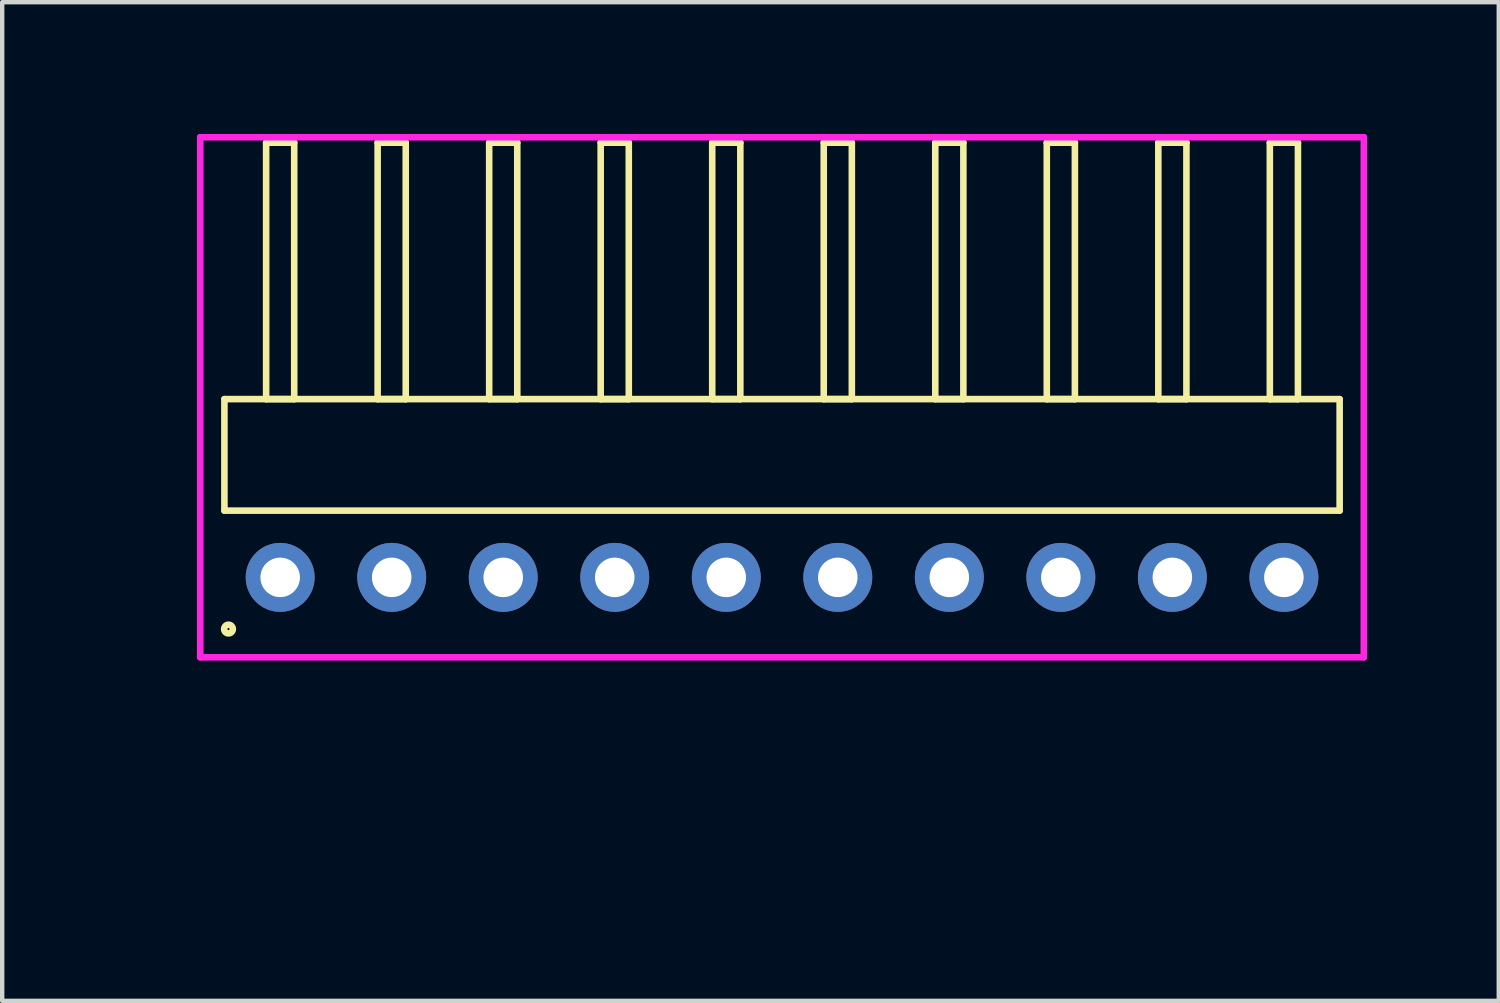
<source format=kicad_pcb>
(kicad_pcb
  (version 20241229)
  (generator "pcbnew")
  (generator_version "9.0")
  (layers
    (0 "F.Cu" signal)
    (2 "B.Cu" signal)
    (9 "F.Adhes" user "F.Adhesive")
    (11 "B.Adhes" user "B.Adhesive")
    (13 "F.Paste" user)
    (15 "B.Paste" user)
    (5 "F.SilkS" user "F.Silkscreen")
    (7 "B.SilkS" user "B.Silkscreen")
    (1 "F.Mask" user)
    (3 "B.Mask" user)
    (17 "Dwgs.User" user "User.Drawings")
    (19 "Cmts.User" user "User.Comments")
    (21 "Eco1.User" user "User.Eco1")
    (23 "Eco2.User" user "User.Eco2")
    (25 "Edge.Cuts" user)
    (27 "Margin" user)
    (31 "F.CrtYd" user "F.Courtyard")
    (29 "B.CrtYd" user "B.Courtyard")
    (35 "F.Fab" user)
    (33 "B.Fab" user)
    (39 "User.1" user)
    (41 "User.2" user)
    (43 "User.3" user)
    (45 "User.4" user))
  (footprint "HDR_RA254P10x1"
    (layer "F.Cu")
    (at 14.761 10.1)
    (property "Reference" "HDR_RA254P10x1" (at -14 0 90) (layer "User.1") (effects (font (size 1 1) (thickness 0.1))))
    (attr through_hole)
    (fp_line (start -12.7 -4.06) (end -12.7 -1.52) (stroke (width 0.15) (type solid)) (layer "F.SilkS"))
    (fp_line (start -12.7 -1.52) (end 12.7 -1.52) (stroke (width 0.15) (type solid)) (layer "F.SilkS"))
    (fp_line (start -11.75 -9.9) (end -11.75 -4.06) (stroke (width 0.15) (type solid)) (layer "F.SilkS"))
    (fp_line (start -11.75 -4.06) (end -11.11 -4.06) (stroke (width 0.15) (type solid)) (layer "F.SilkS"))
    (fp_line (start -11.11 -9.9) (end -11.75 -9.9) (stroke (width 0.15) (type solid)) (layer "F.SilkS"))
    (fp_line (start -11.11 -4.06) (end -11.11 -9.9) (stroke (width 0.15) (type solid)) (layer "F.SilkS"))
    (fp_line (start -9.21 -9.9) (end -9.21 -4.06) (stroke (width 0.15) (type solid)) (layer "F.SilkS"))
    (fp_line (start -9.21 -4.06) (end -8.57 -4.06) (stroke (width 0.15) (type solid)) (layer "F.SilkS"))
    (fp_line (start -8.57 -9.9) (end -9.21 -9.9) (stroke (width 0.15) (type solid)) (layer "F.SilkS"))
    (fp_line (start -8.57 -4.06) (end -8.57 -9.9) (stroke (width 0.15) (type solid)) (layer "F.SilkS"))
    (fp_line (start -6.67 -9.9) (end -6.67 -4.06) (stroke (width 0.15) (type solid)) (layer "F.SilkS"))
    (fp_line (start -6.67 -4.06) (end -6.03 -4.06) (stroke (width 0.15) (type solid)) (layer "F.SilkS"))
    (fp_line (start -6.03 -9.9) (end -6.67 -9.9) (stroke (width 0.15) (type solid)) (layer "F.SilkS"))
    (fp_line (start -6.03 -4.06) (end -6.03 -9.9) (stroke (width 0.15) (type solid)) (layer "F.SilkS"))
    (fp_line (start -4.13 -9.9) (end -4.13 -4.06) (stroke (width 0.15) (type solid)) (layer "F.SilkS"))
    (fp_line (start -4.13 -4.06) (end -3.49 -4.06) (stroke (width 0.15) (type solid)) (layer "F.SilkS"))
    (fp_line (start -3.49 -9.9) (end -4.13 -9.9) (stroke (width 0.15) (type solid)) (layer "F.SilkS"))
    (fp_line (start -3.49 -4.06) (end -3.49 -9.9) (stroke (width 0.15) (type solid)) (layer "F.SilkS"))
    (fp_line (start -1.59 -9.9) (end -1.59 -4.06) (stroke (width 0.15) (type solid)) (layer "F.SilkS"))
    (fp_line (start -1.59 -4.06) (end -0.95 -4.06) (stroke (width 0.15) (type solid)) (layer "F.SilkS"))
    (fp_line (start -0.95 -9.9) (end -1.59 -9.9) (stroke (width 0.15) (type solid)) (layer "F.SilkS"))
    (fp_line (start -0.95 -4.06) (end -0.95 -9.9) (stroke (width 0.15) (type solid)) (layer "F.SilkS"))
    (fp_line (start 0.95 -9.9) (end 0.95 -4.06) (stroke (width 0.15) (type solid)) (layer "F.SilkS"))
    (fp_line (start 0.95 -4.06) (end 1.59 -4.06) (stroke (width 0.15) (type solid)) (layer "F.SilkS"))
    (fp_line (start 1.59 -9.9) (end 0.95 -9.9) (stroke (width 0.15) (type solid)) (layer "F.SilkS"))
    (fp_line (start 1.59 -4.06) (end 1.59 -9.9) (stroke (width 0.15) (type solid)) (layer "F.SilkS"))
    (fp_line (start 3.49 -9.9) (end 3.49 -4.06) (stroke (width 0.15) (type solid)) (layer "F.SilkS"))
    (fp_line (start 3.49 -4.06) (end 4.13 -4.06) (stroke (width 0.15) (type solid)) (layer "F.SilkS"))
    (fp_line (start 4.13 -9.9) (end 3.49 -9.9) (stroke (width 0.15) (type solid)) (layer "F.SilkS"))
    (fp_line (start 4.13 -4.06) (end 4.13 -9.9) (stroke (width 0.15) (type solid)) (layer "F.SilkS"))
    (fp_line (start 6.03 -9.9) (end 6.03 -4.06) (stroke (width 0.15) (type solid)) (layer "F.SilkS"))
    (fp_line (start 6.03 -4.06) (end 6.67 -4.06) (stroke (width 0.15) (type solid)) (layer "F.SilkS"))
    (fp_line (start 6.67 -9.9) (end 6.03 -9.9) (stroke (width 0.15) (type solid)) (layer "F.SilkS"))
    (fp_line (start 6.67 -4.06) (end 6.67 -9.9) (stroke (width 0.15) (type solid)) (layer "F.SilkS"))
    (fp_line (start 8.57 -9.9) (end 8.57 -4.06) (stroke (width 0.15) (type solid)) (layer "F.SilkS"))
    (fp_line (start 8.57 -4.06) (end 9.21 -4.06) (stroke (width 0.15) (type solid)) (layer "F.SilkS"))
    (fp_line (start 9.21 -9.9) (end 8.57 -9.9) (stroke (width 0.15) (type solid)) (layer "F.SilkS"))
    (fp_line (start 9.21 -4.06) (end 9.21 -9.9) (stroke (width 0.15) (type solid)) (layer "F.SilkS"))
    (fp_line (start 11.11 -9.9) (end 11.11 -4.06) (stroke (width 0.15) (type solid)) (layer "F.SilkS"))
    (fp_line (start 11.11 -4.06) (end 11.75 -4.06) (stroke (width 0.15) (type solid)) (layer "F.SilkS"))
    (fp_line (start 11.75 -9.9) (end 11.11 -9.9) (stroke (width 0.15) (type solid)) (layer "F.SilkS"))
    (fp_line (start 11.75 -4.06) (end 11.75 -9.9) (stroke (width 0.15) (type solid)) (layer "F.SilkS"))
    (fp_line (start 12.7 -4.06) (end -12.7 -4.06) (stroke (width 0.15) (type solid)) (layer "F.SilkS"))
    (fp_line (start 12.7 -1.52) (end 12.7 -4.06) (stroke (width 0.15) (type solid)) (layer "F.SilkS"))
    (fp_circle (center -12.607 1.177) (end -12.508 1.177) (stroke (width 0.15) (type solid)) (fill no) (layer "F.SilkS"))
    (fp_line (start -13.25 -10.025) (end -13.25 1.82) (stroke (width 0.15) (type solid)) (layer "F.CrtYd"))
    (fp_line (start -13.25 1.82) (end 13.25 1.82) (stroke (width 0.15) (type solid)) (layer "F.CrtYd"))
    (fp_line (start 13.25 -10.025) (end -13.25 -10.025) (stroke (width 0.15) (type solid)) (layer "F.CrtYd"))
    (fp_line (start 13.25 1.82) (end 13.25 -10.025) (stroke (width 0.15) (type solid)) (layer "F.CrtYd"))
    (pad "1" thru_hole oval (at -11.43 0) (size 1.57 1.57) (drill 0.9) (layers "*.Cu" "*.Mask"))
    (pad "2" thru_hole oval (at -8.89 0) (size 1.57 1.57) (drill 0.9) (layers "*.Cu" "*.Mask"))
    (pad "3" thru_hole oval (at -6.35 0) (size 1.57 1.57) (drill 0.9) (layers "*.Cu" "*.Mask"))
    (pad "4" thru_hole oval (at -3.81 0) (size 1.57 1.57) (drill 0.9) (layers "*.Cu" "*.Mask"))
    (pad "5" thru_hole oval (at -1.27 0) (size 1.57 1.57) (drill 0.9) (layers "*.Cu" "*.Mask"))
    (pad "6" thru_hole oval (at 1.27 0) (size 1.57 1.57) (drill 0.9) (layers "*.Cu" "*.Mask"))
    (pad "7" thru_hole oval (at 3.81 0) (size 1.57 1.57) (drill 0.9) (layers "*.Cu" "*.Mask"))
    (pad "8" thru_hole oval (at 6.35 0) (size 1.57 1.57) (drill 0.9) (layers "*.Cu" "*.Mask"))
    (pad "9" thru_hole oval (at 8.89 0) (size 1.57 1.57) (drill 0.9) (layers "*.Cu" "*.Mask"))
    (pad "10" thru_hole oval (at 11.43 0) (size 1.57 1.57) (drill 0.9) (layers "*.Cu" "*.Mask")))
  (gr_rect
    (start -3 -3)
    (end 31.085 19.745)
    (stroke (width 0.1) (type default))
    (fill no)
    (layer "Edge.Cuts")))
</source>
